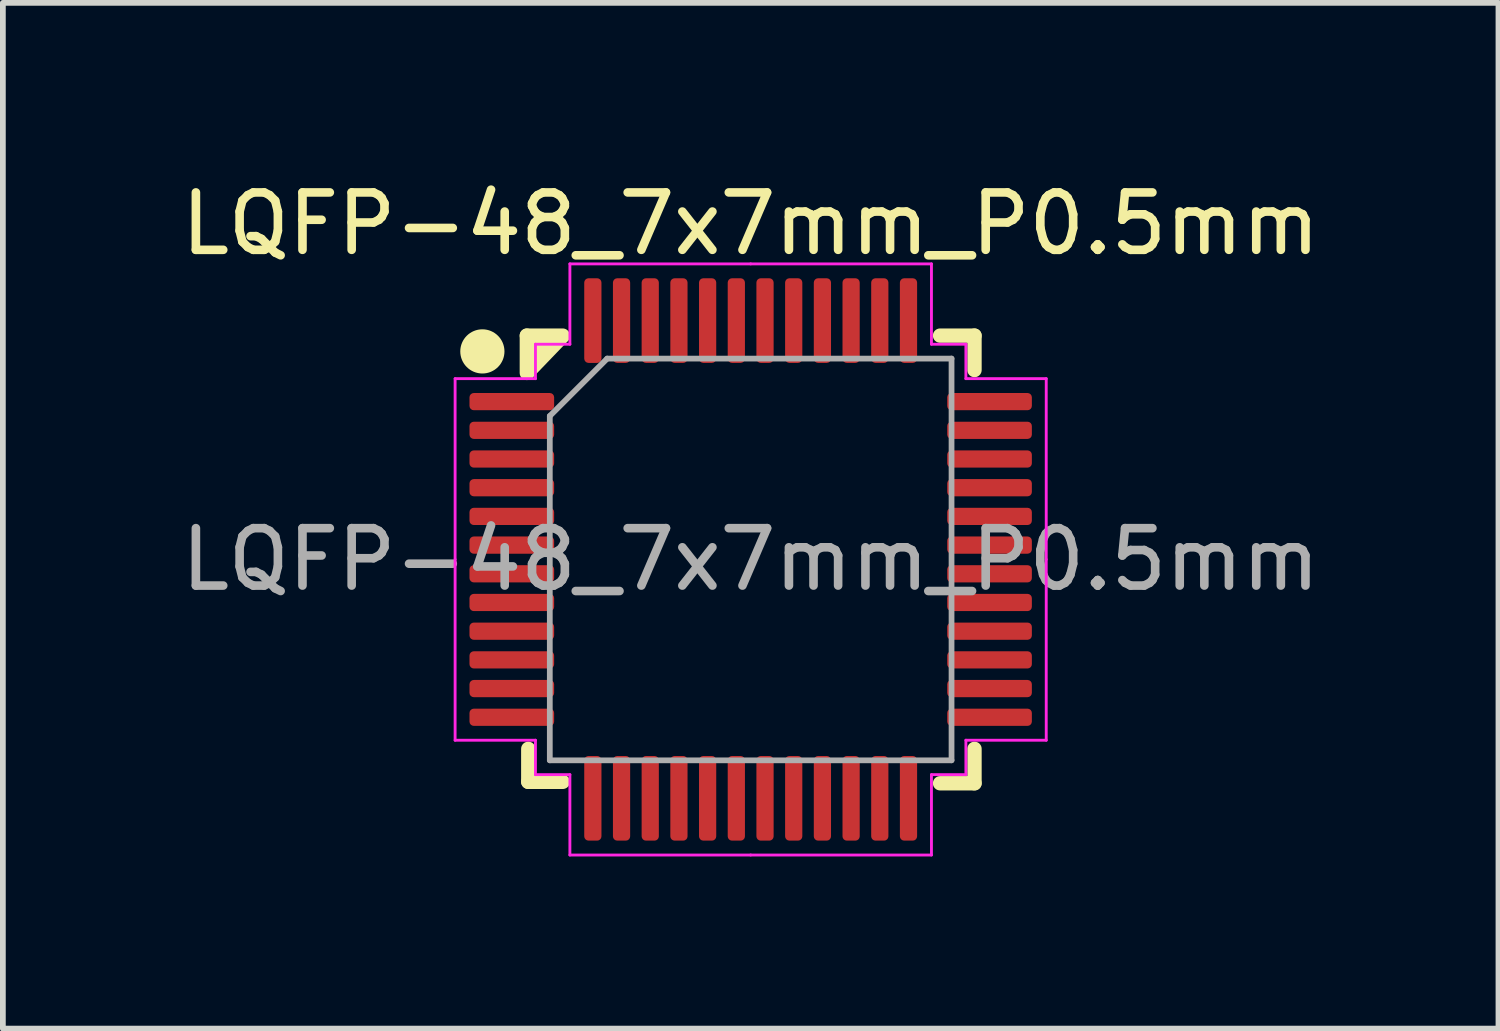
<source format=kicad_pcb>
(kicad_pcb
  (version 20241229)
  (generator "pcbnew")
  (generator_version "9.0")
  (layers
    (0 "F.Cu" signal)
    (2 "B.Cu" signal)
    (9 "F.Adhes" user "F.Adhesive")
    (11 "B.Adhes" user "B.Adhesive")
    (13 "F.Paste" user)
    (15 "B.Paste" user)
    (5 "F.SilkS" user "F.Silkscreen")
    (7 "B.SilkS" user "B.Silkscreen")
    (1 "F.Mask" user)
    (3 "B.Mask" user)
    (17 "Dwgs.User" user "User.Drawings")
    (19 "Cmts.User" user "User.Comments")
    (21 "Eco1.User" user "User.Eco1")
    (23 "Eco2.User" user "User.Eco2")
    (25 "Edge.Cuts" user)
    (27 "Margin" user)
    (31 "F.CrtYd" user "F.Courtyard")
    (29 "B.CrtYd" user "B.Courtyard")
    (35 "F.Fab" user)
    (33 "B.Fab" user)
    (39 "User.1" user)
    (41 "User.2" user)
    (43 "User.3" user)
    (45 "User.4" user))
  (footprint "LQFP-48_7x7mm_P0.5mm"
    (layer "F.Cu")
    (at 10.03 6.698)
    (property "Reference" "LQFP-48_7x7mm_P0.5mm" (at 0 -5.85 0) (layer "F.SilkS") (effects (font (size 1 1) (thickness 0.15))))
    (attr smd)
    (fp_line (start -3.9 -3.9) (end -3.9 -3.25) (stroke (width 0.25) (type solid)) (layer "F.SilkS"))
    (fp_line (start -3.875 3.875) (end -3.875 3.3) (stroke (width 0.25) (type solid)) (layer "F.SilkS"))
    (fp_line (start -3.275 -3.9) (end -3.9 -3.9) (stroke (width 0.25) (type solid)) (layer "F.SilkS"))
    (fp_line (start -3.275 3.875) (end -3.875 3.875) (stroke (width 0.25) (type solid)) (layer "F.SilkS"))
    (fp_line (start 3.3 -3.9) (end 3.9 -3.9) (stroke (width 0.25) (type solid)) (layer "F.SilkS"))
    (fp_line (start 3.3 3.9) (end 3.9 3.9) (stroke (width 0.25) (type solid)) (layer "F.SilkS"))
    (fp_line (start 3.9 -3.9) (end 3.9 -3.3) (stroke (width 0.25) (type solid)) (layer "F.SilkS"))
    (fp_line (start 3.9 3.9) (end 3.9 3.3) (stroke (width 0.25) (type solid)) (layer "F.SilkS"))
    (fp_circle (center -4.675 -3.625) (end -4.35 -3.625) (stroke (width 0.12) (type solid)) (fill yes) (layer "F.SilkS"))
    (fp_poly (pts (xy -3.9 -3.9) (xy -3.225 -3.85) (xy -3.85 -3.2)) (stroke (width 0.12) (type solid)) (fill yes) (layer "F.SilkS"))
    (fp_line (start -5.15 -3.15) (end -5.15 0) (stroke (width 0.05) (type solid)) (layer "F.CrtYd"))
    (fp_line (start -5.15 3.15) (end -5.15 0) (stroke (width 0.05) (type solid)) (layer "F.CrtYd"))
    (fp_line (start -3.75 -3.75) (end -3.75 -3.15) (stroke (width 0.05) (type solid)) (layer "F.CrtYd"))
    (fp_line (start -3.75 -3.15) (end -5.15 -3.15) (stroke (width 0.05) (type solid)) (layer "F.CrtYd"))
    (fp_line (start -3.75 3.15) (end -5.15 3.15) (stroke (width 0.05) (type solid)) (layer "F.CrtYd"))
    (fp_line (start -3.75 3.75) (end -3.75 3.15) (stroke (width 0.05) (type solid)) (layer "F.CrtYd"))
    (fp_line (start -3.15 -5.15) (end -3.15 -3.75) (stroke (width 0.05) (type solid)) (layer "F.CrtYd"))
    (fp_line (start -3.15 -3.75) (end -3.75 -3.75) (stroke (width 0.05) (type solid)) (layer "F.CrtYd"))
    (fp_line (start -3.15 3.75) (end -3.75 3.75) (stroke (width 0.05) (type solid)) (layer "F.CrtYd"))
    (fp_line (start -3.15 5.15) (end -3.15 3.75) (stroke (width 0.05) (type solid)) (layer "F.CrtYd"))
    (fp_line (start 0 -5.15) (end -3.15 -5.15) (stroke (width 0.05) (type solid)) (layer "F.CrtYd"))
    (fp_line (start 0 -5.15) (end 3.15 -5.15) (stroke (width 0.05) (type solid)) (layer "F.CrtYd"))
    (fp_line (start 0 5.15) (end -3.15 5.15) (stroke (width 0.05) (type solid)) (layer "F.CrtYd"))
    (fp_line (start 0 5.15) (end 3.15 5.15) (stroke (width 0.05) (type solid)) (layer "F.CrtYd"))
    (fp_line (start 3.15 -5.15) (end 3.15 -3.75) (stroke (width 0.05) (type solid)) (layer "F.CrtYd"))
    (fp_line (start 3.15 -3.75) (end 3.75 -3.75) (stroke (width 0.05) (type solid)) (layer "F.CrtYd"))
    (fp_line (start 3.15 3.75) (end 3.75 3.75) (stroke (width 0.05) (type solid)) (layer "F.CrtYd"))
    (fp_line (start 3.15 5.15) (end 3.15 3.75) (stroke (width 0.05) (type solid)) (layer "F.CrtYd"))
    (fp_line (start 3.75 -3.75) (end 3.75 -3.15) (stroke (width 0.05) (type solid)) (layer "F.CrtYd"))
    (fp_line (start 3.75 -3.15) (end 5.15 -3.15) (stroke (width 0.05) (type solid)) (layer "F.CrtYd"))
    (fp_line (start 3.75 3.15) (end 5.15 3.15) (stroke (width 0.05) (type solid)) (layer "F.CrtYd"))
    (fp_line (start 3.75 3.75) (end 3.75 3.15) (stroke (width 0.05) (type solid)) (layer "F.CrtYd"))
    (fp_line (start 5.15 -3.15) (end 5.15 0) (stroke (width 0.05) (type solid)) (layer "F.CrtYd"))
    (fp_line (start 5.15 3.15) (end 5.15 0) (stroke (width 0.05) (type solid)) (layer "F.CrtYd"))
    (fp_line (start -3.5 -2.5) (end -2.5 -3.5) (stroke (width 0.1) (type solid)) (layer "F.Fab"))
    (fp_line (start -3.5 3.5) (end -3.5 -2.5) (stroke (width 0.1) (type solid)) (layer "F.Fab"))
    (fp_line (start -2.5 -3.5) (end 3.5 -3.5) (stroke (width 0.1) (type solid)) (layer "F.Fab"))
    (fp_line (start 3.5 -3.5) (end 3.5 3.5) (stroke (width 0.1) (type solid)) (layer "F.Fab"))
    (fp_line (start 3.5 3.5) (end -3.5 3.5) (stroke (width 0.1) (type solid)) (layer "F.Fab"))
    (fp_text user "${REFERENCE}" (at 0 0 0) (layer "F.Fab") (effects (font (size 1 1) (thickness 0.15))))
    (pad "1" smd roundrect (at -4.162 -2.75) (size 1.475 0.3) (layers "F.Cu" "F.Mask" "F.Paste") (roundrect_rratio 0.25))
    (pad "2" smd roundrect (at -4.162 -2.25) (size 1.475 0.3) (layers "F.Cu" "F.Mask" "F.Paste") (roundrect_rratio 0.25))
    (pad "3" smd roundrect (at -4.162 -1.75) (size 1.475 0.3) (layers "F.Cu" "F.Mask" "F.Paste") (roundrect_rratio 0.25))
    (pad "4" smd roundrect (at -4.162 -1.25) (size 1.475 0.3) (layers "F.Cu" "F.Mask" "F.Paste") (roundrect_rratio 0.25))
    (pad "5" smd roundrect (at -4.162 -0.75) (size 1.475 0.3) (layers "F.Cu" "F.Mask" "F.Paste") (roundrect_rratio 0.25))
    (pad "6" smd roundrect (at -4.162 -0.25) (size 1.475 0.3) (layers "F.Cu" "F.Mask" "F.Paste") (roundrect_rratio 0.25))
    (pad "7" smd roundrect (at -4.162 0.25) (size 1.475 0.3) (layers "F.Cu" "F.Mask" "F.Paste") (roundrect_rratio 0.25))
    (pad "8" smd roundrect (at -4.162 0.75) (size 1.475 0.3) (layers "F.Cu" "F.Mask" "F.Paste") (roundrect_rratio 0.25))
    (pad "9" smd roundrect (at -4.162 1.25) (size 1.475 0.3) (layers "F.Cu" "F.Mask" "F.Paste") (roundrect_rratio 0.25))
    (pad "10" smd roundrect (at -4.162 1.75) (size 1.475 0.3) (layers "F.Cu" "F.Mask" "F.Paste") (roundrect_rratio 0.25))
    (pad "11" smd roundrect (at -4.162 2.25) (size 1.475 0.3) (layers "F.Cu" "F.Mask" "F.Paste") (roundrect_rratio 0.25))
    (pad "12" smd roundrect (at -4.162 2.75) (size 1.475 0.3) (layers "F.Cu" "F.Mask" "F.Paste") (roundrect_rratio 0.25))
    (pad "13" smd roundrect (at -2.75 4.162) (size 0.3 1.475) (layers "F.Cu" "F.Mask" "F.Paste") (roundrect_rratio 0.25))
    (pad "14" smd roundrect (at -2.25 4.162) (size 0.3 1.475) (layers "F.Cu" "F.Mask" "F.Paste") (roundrect_rratio 0.25))
    (pad "15" smd roundrect (at -1.75 4.162) (size 0.3 1.475) (layers "F.Cu" "F.Mask" "F.Paste") (roundrect_rratio 0.25))
    (pad "16" smd roundrect (at -1.25 4.162) (size 0.3 1.475) (layers "F.Cu" "F.Mask" "F.Paste") (roundrect_rratio 0.25))
    (pad "17" smd roundrect (at -0.75 4.162) (size 0.3 1.475) (layers "F.Cu" "F.Mask" "F.Paste") (roundrect_rratio 0.25))
    (pad "18" smd roundrect (at -0.25 4.162) (size 0.3 1.475) (layers "F.Cu" "F.Mask" "F.Paste") (roundrect_rratio 0.25))
    (pad "19" smd roundrect (at 0.25 4.162) (size 0.3 1.475) (layers "F.Cu" "F.Mask" "F.Paste") (roundrect_rratio 0.25))
    (pad "20" smd roundrect (at 0.75 4.162) (size 0.3 1.475) (layers "F.Cu" "F.Mask" "F.Paste") (roundrect_rratio 0.25))
    (pad "21" smd roundrect (at 1.25 4.162) (size 0.3 1.475) (layers "F.Cu" "F.Mask" "F.Paste") (roundrect_rratio 0.25))
    (pad "22" smd roundrect (at 1.75 4.162) (size 0.3 1.475) (layers "F.Cu" "F.Mask" "F.Paste") (roundrect_rratio 0.25))
    (pad "23" smd roundrect (at 2.25 4.162) (size 0.3 1.475) (layers "F.Cu" "F.Mask" "F.Paste") (roundrect_rratio 0.25))
    (pad "24" smd roundrect (at 2.75 4.162) (size 0.3 1.475) (layers "F.Cu" "F.Mask" "F.Paste") (roundrect_rratio 0.25))
    (pad "25" smd roundrect (at 4.162 2.75) (size 1.475 0.3) (layers "F.Cu" "F.Mask" "F.Paste") (roundrect_rratio 0.25))
    (pad "26" smd roundrect (at 4.162 2.25) (size 1.475 0.3) (layers "F.Cu" "F.Mask" "F.Paste") (roundrect_rratio 0.25))
    (pad "27" smd roundrect (at 4.162 1.75) (size 1.475 0.3) (layers "F.Cu" "F.Mask" "F.Paste") (roundrect_rratio 0.25))
    (pad "28" smd roundrect (at 4.162 1.25) (size 1.475 0.3) (layers "F.Cu" "F.Mask" "F.Paste") (roundrect_rratio 0.25))
    (pad "29" smd roundrect (at 4.162 0.75) (size 1.475 0.3) (layers "F.Cu" "F.Mask" "F.Paste") (roundrect_rratio 0.25))
    (pad "30" smd roundrect (at 4.162 0.25) (size 1.475 0.3) (layers "F.Cu" "F.Mask" "F.Paste") (roundrect_rratio 0.25))
    (pad "31" smd roundrect (at 4.162 -0.25) (size 1.475 0.3) (layers "F.Cu" "F.Mask" "F.Paste") (roundrect_rratio 0.25))
    (pad "32" smd roundrect (at 4.162 -0.75) (size 1.475 0.3) (layers "F.Cu" "F.Mask" "F.Paste") (roundrect_rratio 0.25))
    (pad "33" smd roundrect (at 4.162 -1.25) (size 1.475 0.3) (layers "F.Cu" "F.Mask" "F.Paste") (roundrect_rratio 0.25))
    (pad "34" smd roundrect (at 4.162 -1.75) (size 1.475 0.3) (layers "F.Cu" "F.Mask" "F.Paste") (roundrect_rratio 0.25))
    (pad "35" smd roundrect (at 4.162 -2.25) (size 1.475 0.3) (layers "F.Cu" "F.Mask" "F.Paste") (roundrect_rratio 0.25))
    (pad "36" smd roundrect (at 4.162 -2.75) (size 1.475 0.3) (layers "F.Cu" "F.Mask" "F.Paste") (roundrect_rratio 0.25))
    (pad "37" smd roundrect (at 2.75 -4.162) (size 0.3 1.475) (layers "F.Cu" "F.Mask" "F.Paste") (roundrect_rratio 0.25))
    (pad "38" smd roundrect (at 2.25 -4.162) (size 0.3 1.475) (layers "F.Cu" "F.Mask" "F.Paste") (roundrect_rratio 0.25))
    (pad "39" smd roundrect (at 1.75 -4.162) (size 0.3 1.475) (layers "F.Cu" "F.Mask" "F.Paste") (roundrect_rratio 0.25))
    (pad "40" smd roundrect (at 1.25 -4.162) (size 0.3 1.475) (layers "F.Cu" "F.Mask" "F.Paste") (roundrect_rratio 0.25))
    (pad "41" smd roundrect (at 0.75 -4.162) (size 0.3 1.475) (layers "F.Cu" "F.Mask" "F.Paste") (roundrect_rratio 0.25))
    (pad "42" smd roundrect (at 0.25 -4.162) (size 0.3 1.475) (layers "F.Cu" "F.Mask" "F.Paste") (roundrect_rratio 0.25))
    (pad "43" smd roundrect (at -0.25 -4.162) (size 0.3 1.475) (layers "F.Cu" "F.Mask" "F.Paste") (roundrect_rratio 0.25))
    (pad "44" smd roundrect (at -0.75 -4.162) (size 0.3 1.475) (layers "F.Cu" "F.Mask" "F.Paste") (roundrect_rratio 0.25))
    (pad "45" smd roundrect (at -1.25 -4.162) (size 0.3 1.475) (layers "F.Cu" "F.Mask" "F.Paste") (roundrect_rratio 0.25))
    (pad "46" smd roundrect (at -1.75 -4.162) (size 0.3 1.475) (layers "F.Cu" "F.Mask" "F.Paste") (roundrect_rratio 0.25))
    (pad "47" smd roundrect (at -2.25 -4.162) (size 0.3 1.475) (layers "F.Cu" "F.Mask" "F.Paste") (roundrect_rratio 0.25))
    (pad "48" smd roundrect (at -2.75 -4.162) (size 0.3 1.475) (layers "F.Cu" "F.Mask" "F.Paste") (roundrect_rratio 0.25)))
  (gr_rect
    (start -3 -3)
    (end 23.06 14.873)
    (stroke (width 0.1) (type default))
    (fill no)
    (layer "Edge.Cuts")))
</source>
